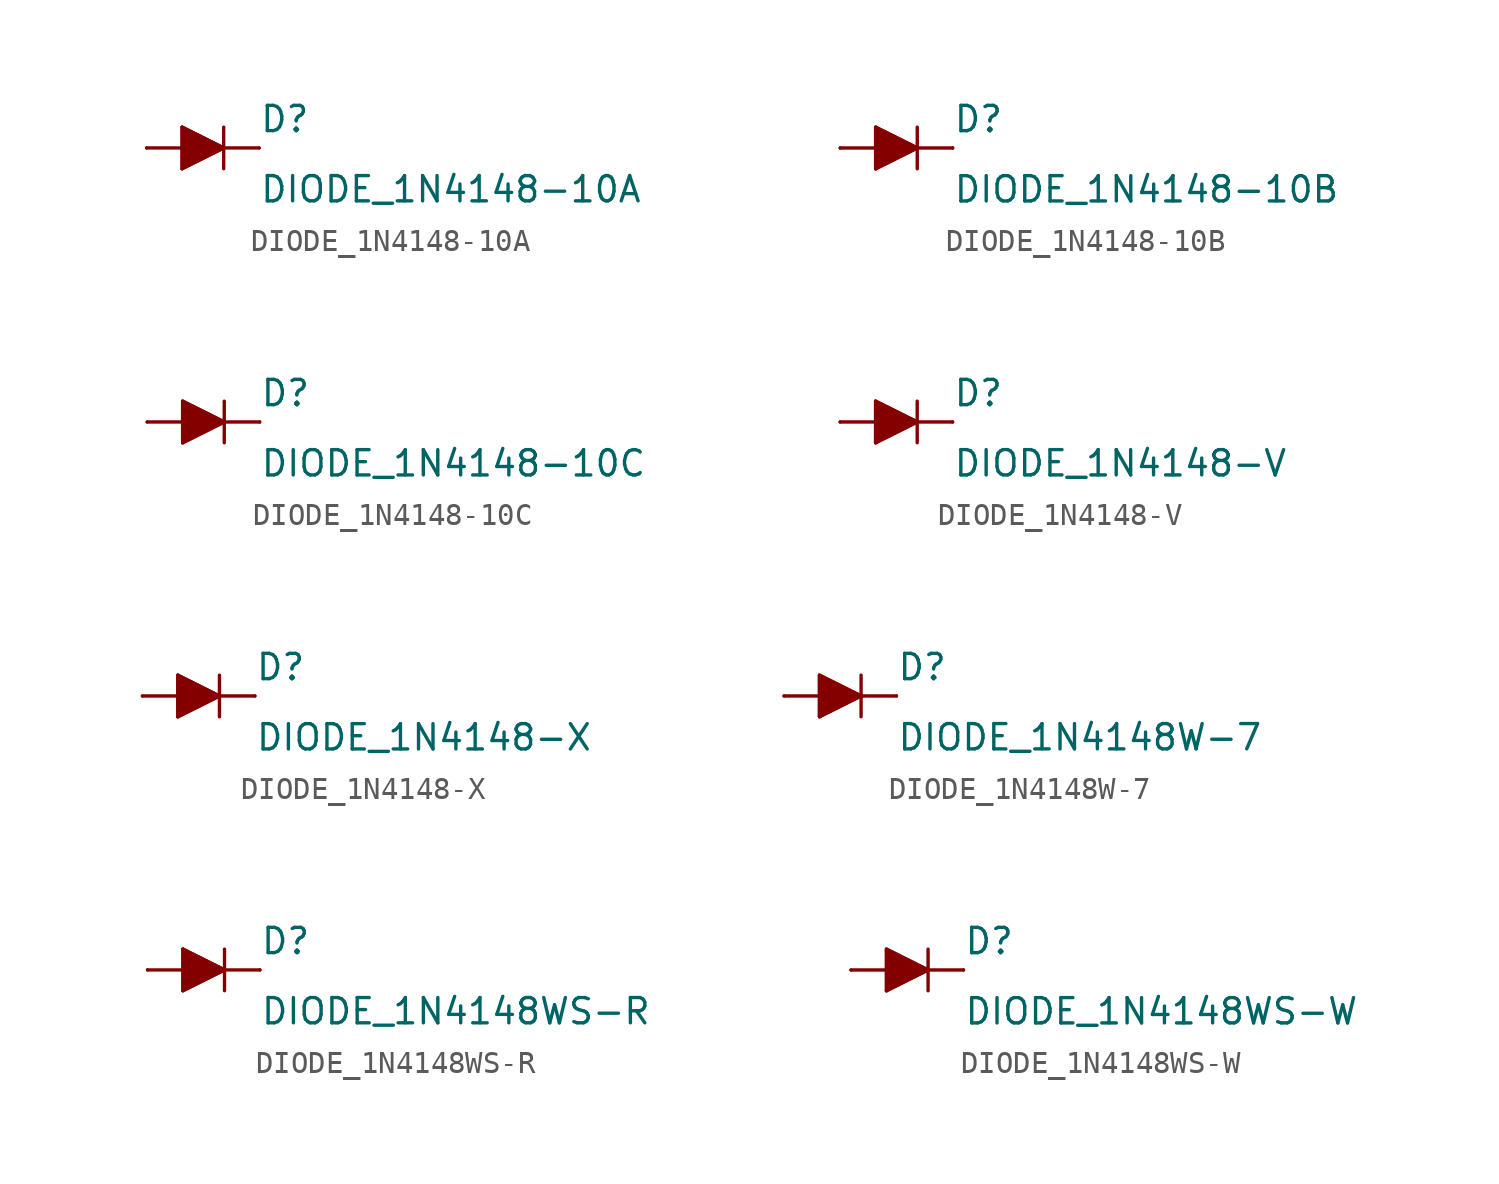
<source format=kicad_sym>
(kicad_symbol_lib
  (version 20210619)
  (generator kicad_symbol_editor)
  (symbol "DIODE_1N4148-10A"
    (pin_numbers hide)
    (pin_names
      (offset 1.016) hide)
    (property "Reference" "D"
      (at 2.54 0.635 0)
      (effects (font (size 1.143 1.143)) (justify left bottom)))
    (property "Value" "DIODE_1N4148-10A"
      (at 2.54 -2.54 0)
      (effects (font (size 1.143 1.143)) (justify left bottom)))
    (property "ki_locked" ""
      (at 0 0 0)
      (effects (font (size 1.27 1.27))))
    (symbol "DIODE_1N4148-10A_1_0"
      (polyline (pts (xy -0.94 -0.94) (xy 0.94 0)) (stroke (width 0)) (fill (type none)))
      (polyline (pts (xy -0.94 0) (xy -2.54 0)) (stroke (width 0)) (fill (type none)))
      (polyline (pts (xy -0.94 0) (xy -0.94 -0.94)) (stroke (width 0)) (fill (type none)))
      (polyline (pts (xy -0.94 0.94) (xy -0.94 0)) (stroke (width 0)) (fill (type none)))
      (polyline (pts (xy 0.94 0) (xy -0.94 0.94)) (stroke (width 0)) (fill (type none)))
      (polyline (pts (xy 0.94 0) (xy 0.94 -0.94)) (stroke (width 0)) (fill (type none)))
      (polyline (pts (xy 0.94 0) (xy 2.54 0)) (stroke (width 0)) (fill (type none)))
      (polyline (pts (xy 0.94 0.94) (xy 0.94 0)) (stroke (width 0)) (fill (type none))))
    (symbol "DIODE_1N4148-10A_1_1"
      (polyline (pts (xy -0.94 0.94) (xy 0.94 0) (xy 0.94 0) (xy -0.94 -0.94) (xy -0.94 -0.94) (xy -0.94 0.94)) (stroke (width 0)) (fill (type outline)))
      (pin passive line (at -2.54 0 0) (length 0) (name "A" (effects (font (size 1.016 1.016)))) (number "A" (effects (font (size 1.016 1.016)))))
      (pin passive line (at 2.54 0 180) (length 0) (name "C" (effects (font (size 1.016 1.016)))) (number "C" (effects (font (size 1.016 1.016)))))))
  (symbol "DIODE_1N4148-10B"
    (pin_numbers hide)
    (pin_names
      (offset 1.016) hide)
    (property "Reference" "D"
      (at 2.54 0.635 0)
      (effects (font (size 1.143 1.143)) (justify left bottom)))
    (property "Value" "DIODE_1N4148-10B"
      (at 2.54 -2.54 0)
      (effects (font (size 1.143 1.143)) (justify left bottom)))
    (property "ki_locked" ""
      (at 0 0 0)
      (effects (font (size 1.27 1.27))))
    (symbol "DIODE_1N4148-10B_1_0"
      (polyline (pts (xy -0.94 -0.94) (xy 0.94 0)) (stroke (width 0)) (fill (type none)))
      (polyline (pts (xy -0.94 0) (xy -2.54 0)) (stroke (width 0)) (fill (type none)))
      (polyline (pts (xy -0.94 0) (xy -0.94 -0.94)) (stroke (width 0)) (fill (type none)))
      (polyline (pts (xy -0.94 0.94) (xy -0.94 0)) (stroke (width 0)) (fill (type none)))
      (polyline (pts (xy 0.94 0) (xy -0.94 0.94)) (stroke (width 0)) (fill (type none)))
      (polyline (pts (xy 0.94 0) (xy 0.94 -0.94)) (stroke (width 0)) (fill (type none)))
      (polyline (pts (xy 0.94 0) (xy 2.54 0)) (stroke (width 0)) (fill (type none)))
      (polyline (pts (xy 0.94 0.94) (xy 0.94 0)) (stroke (width 0)) (fill (type none))))
    (symbol "DIODE_1N4148-10B_1_1"
      (polyline (pts (xy -0.94 0.94) (xy 0.94 0) (xy 0.94 0) (xy -0.94 -0.94) (xy -0.94 -0.94) (xy -0.94 0.94)) (stroke (width 0)) (fill (type outline)))
      (pin passive line (at -2.54 0 0) (length 0) (name "A" (effects (font (size 1.016 1.016)))) (number "A" (effects (font (size 1.016 1.016)))))
      (pin passive line (at 2.54 0 180) (length 0) (name "C" (effects (font (size 1.016 1.016)))) (number "C" (effects (font (size 1.016 1.016)))))))
  (symbol "DIODE_1N4148-10C"
    (pin_numbers hide)
    (pin_names
      (offset 1.016) hide)
    (property "Reference" "D"
      (at 2.54 0.635 0)
      (effects (font (size 1.143 1.143)) (justify left bottom)))
    (property "Value" "DIODE_1N4148-10C"
      (at 2.54 -2.54 0)
      (effects (font (size 1.143 1.143)) (justify left bottom)))
    (property "ki_locked" ""
      (at 0 0 0)
      (effects (font (size 1.27 1.27))))
    (symbol "DIODE_1N4148-10C_1_0"
      (polyline (pts (xy -0.94 -0.94) (xy 0.94 0)) (stroke (width 0)) (fill (type none)))
      (polyline (pts (xy -0.94 0) (xy -2.54 0)) (stroke (width 0)) (fill (type none)))
      (polyline (pts (xy -0.94 0) (xy -0.94 -0.94)) (stroke (width 0)) (fill (type none)))
      (polyline (pts (xy -0.94 0.94) (xy -0.94 0)) (stroke (width 0)) (fill (type none)))
      (polyline (pts (xy 0.94 0) (xy -0.94 0.94)) (stroke (width 0)) (fill (type none)))
      (polyline (pts (xy 0.94 0) (xy 0.94 -0.94)) (stroke (width 0)) (fill (type none)))
      (polyline (pts (xy 0.94 0) (xy 2.54 0)) (stroke (width 0)) (fill (type none)))
      (polyline (pts (xy 0.94 0.94) (xy 0.94 0)) (stroke (width 0)) (fill (type none))))
    (symbol "DIODE_1N4148-10C_1_1"
      (polyline (pts (xy -0.94 0.94) (xy 0.94 0) (xy 0.94 0) (xy -0.94 -0.94) (xy -0.94 -0.94) (xy -0.94 0.94)) (stroke (width 0)) (fill (type outline)))
      (pin passive line (at -2.54 0 0) (length 0) (name "A" (effects (font (size 1.016 1.016)))) (number "A" (effects (font (size 1.016 1.016)))))
      (pin passive line (at 2.54 0 180) (length 0) (name "C" (effects (font (size 1.016 1.016)))) (number "C" (effects (font (size 1.016 1.016)))))))
  (symbol "DIODE_1N4148-V"
    (pin_numbers hide)
    (pin_names
      (offset 1.016) hide)
    (property "Reference" "D"
      (at 2.54 0.635 0)
      (effects (font (size 1.143 1.143)) (justify left bottom)))
    (property "Value" "DIODE_1N4148-V"
      (at 2.54 -2.54 0)
      (effects (font (size 1.143 1.143)) (justify left bottom)))
    (property "ki_locked" ""
      (at 0 0 0)
      (effects (font (size 1.27 1.27))))
    (symbol "DIODE_1N4148-V_1_0"
      (polyline (pts (xy -0.94 -0.94) (xy 0.94 0)) (stroke (width 0)) (fill (type none)))
      (polyline (pts (xy -0.94 0) (xy -2.54 0)) (stroke (width 0)) (fill (type none)))
      (polyline (pts (xy -0.94 0) (xy -0.94 -0.94)) (stroke (width 0)) (fill (type none)))
      (polyline (pts (xy -0.94 0.94) (xy -0.94 0)) (stroke (width 0)) (fill (type none)))
      (polyline (pts (xy 0.94 0) (xy -0.94 0.94)) (stroke (width 0)) (fill (type none)))
      (polyline (pts (xy 0.94 0) (xy 0.94 -0.94)) (stroke (width 0)) (fill (type none)))
      (polyline (pts (xy 0.94 0) (xy 2.54 0)) (stroke (width 0)) (fill (type none)))
      (polyline (pts (xy 0.94 0.94) (xy 0.94 0)) (stroke (width 0)) (fill (type none))))
    (symbol "DIODE_1N4148-V_1_1"
      (polyline (pts (xy -0.94 0.94) (xy 0.94 0) (xy 0.94 0) (xy -0.94 -0.94) (xy -0.94 -0.94) (xy -0.94 0.94)) (stroke (width 0)) (fill (type outline)))
      (pin passive line (at -2.54 0 0) (length 0) (name "A" (effects (font (size 1.016 1.016)))) (number "A" (effects (font (size 1.016 1.016)))))
      (pin passive line (at 2.54 0 180) (length 0) (name "C" (effects (font (size 1.016 1.016)))) (number "C" (effects (font (size 1.016 1.016)))))))
  (symbol "DIODE_1N4148-X"
    (pin_numbers hide)
    (pin_names
      (offset 1.016) hide)
    (property "Reference" "D"
      (at 2.54 0.635 0)
      (effects (font (size 1.143 1.143)) (justify left bottom)))
    (property "Value" "DIODE_1N4148-X"
      (at 2.54 -2.54 0)
      (effects (font (size 1.143 1.143)) (justify left bottom)))
    (property "ki_locked" ""
      (at 0 0 0)
      (effects (font (size 1.27 1.27))))
    (symbol "DIODE_1N4148-X_1_0"
      (polyline (pts (xy -0.94 -0.94) (xy 0.94 0)) (stroke (width 0)) (fill (type none)))
      (polyline (pts (xy -0.94 0) (xy -2.54 0)) (stroke (width 0)) (fill (type none)))
      (polyline (pts (xy -0.94 0) (xy -0.94 -0.94)) (stroke (width 0)) (fill (type none)))
      (polyline (pts (xy -0.94 0.94) (xy -0.94 0)) (stroke (width 0)) (fill (type none)))
      (polyline (pts (xy 0.94 0) (xy -0.94 0.94)) (stroke (width 0)) (fill (type none)))
      (polyline (pts (xy 0.94 0) (xy 0.94 -0.94)) (stroke (width 0)) (fill (type none)))
      (polyline (pts (xy 0.94 0) (xy 2.54 0)) (stroke (width 0)) (fill (type none)))
      (polyline (pts (xy 0.94 0.94) (xy 0.94 0)) (stroke (width 0)) (fill (type none))))
    (symbol "DIODE_1N4148-X_1_1"
      (polyline (pts (xy -0.94 0.94) (xy 0.94 0) (xy 0.94 0) (xy -0.94 -0.94) (xy -0.94 -0.94) (xy -0.94 0.94)) (stroke (width 0)) (fill (type outline)))
      (pin passive line (at -2.54 0 0) (length 0) (name "A" (effects (font (size 1.016 1.016)))) (number "A" (effects (font (size 1.016 1.016)))))
      (pin passive line (at 2.54 0 180) (length 0) (name "C" (effects (font (size 1.016 1.016)))) (number "C" (effects (font (size 1.016 1.016)))))))
  (symbol "DIODE_1N4148W-7"
    (pin_numbers hide)
    (pin_names
      (offset 1.016) hide)
    (property "Reference" "D"
      (at 2.54 0.635 0)
      (effects (font (size 1.143 1.143)) (justify left bottom)))
    (property "Value" "DIODE_1N4148W-7"
      (at 2.54 -2.54 0)
      (effects (font (size 1.143 1.143)) (justify left bottom)))
    (property "ki_locked" ""
      (at 0 0 0)
      (effects (font (size 1.27 1.27))))
    (symbol "DIODE_1N4148W-7_1_0"
      (polyline (pts (xy -0.94 -0.94) (xy 0.94 0)) (stroke (width 0)) (fill (type none)))
      (polyline (pts (xy -0.94 0) (xy -2.54 0)) (stroke (width 0)) (fill (type none)))
      (polyline (pts (xy -0.94 0) (xy -0.94 -0.94)) (stroke (width 0)) (fill (type none)))
      (polyline (pts (xy -0.94 0.94) (xy -0.94 0)) (stroke (width 0)) (fill (type none)))
      (polyline (pts (xy 0.94 0) (xy -0.94 0.94)) (stroke (width 0)) (fill (type none)))
      (polyline (pts (xy 0.94 0) (xy 0.94 -0.94)) (stroke (width 0)) (fill (type none)))
      (polyline (pts (xy 0.94 0) (xy 2.54 0)) (stroke (width 0)) (fill (type none)))
      (polyline (pts (xy 0.94 0.94) (xy 0.94 0)) (stroke (width 0)) (fill (type none))))
    (symbol "DIODE_1N4148W-7_1_1"
      (polyline (pts (xy -0.94 0.94) (xy 0.94 0) (xy 0.94 0) (xy -0.94 -0.94) (xy -0.94 -0.94) (xy -0.94 0.94)) (stroke (width 0)) (fill (type outline)))
      (pin passive line (at -2.54 0 0) (length 0) (name "A" (effects (font (size 1.016 1.016)))) (number "A" (effects (font (size 1.016 1.016)))))
      (pin passive line (at 2.54 0 180) (length 0) (name "C" (effects (font (size 1.016 1.016)))) (number "C" (effects (font (size 1.016 1.016)))))))
  (symbol "DIODE_1N4148WS-R"
    (pin_numbers hide)
    (pin_names
      (offset 1.016) hide)
    (property "Reference" "D"
      (at 2.54 0.635 0)
      (effects (font (size 1.143 1.143)) (justify left bottom)))
    (property "Value" "DIODE_1N4148WS-R"
      (at 2.54 -2.54 0)
      (effects (font (size 1.143 1.143)) (justify left bottom)))
    (property "ki_locked" ""
      (at 0 0 0)
      (effects (font (size 1.27 1.27))))
    (symbol "DIODE_1N4148WS-R_1_0"
      (polyline (pts (xy -0.94 -0.94) (xy 0.94 0)) (stroke (width 0)) (fill (type none)))
      (polyline (pts (xy -0.94 0) (xy -2.54 0)) (stroke (width 0)) (fill (type none)))
      (polyline (pts (xy -0.94 0) (xy -0.94 -0.94)) (stroke (width 0)) (fill (type none)))
      (polyline (pts (xy -0.94 0.94) (xy -0.94 0)) (stroke (width 0)) (fill (type none)))
      (polyline (pts (xy 0.94 0) (xy -0.94 0.94)) (stroke (width 0)) (fill (type none)))
      (polyline (pts (xy 0.94 0) (xy 0.94 -0.94)) (stroke (width 0)) (fill (type none)))
      (polyline (pts (xy 0.94 0) (xy 2.54 0)) (stroke (width 0)) (fill (type none)))
      (polyline (pts (xy 0.94 0.94) (xy 0.94 0)) (stroke (width 0)) (fill (type none))))
    (symbol "DIODE_1N4148WS-R_1_1"
      (polyline (pts (xy -0.94 0.94) (xy 0.94 0) (xy 0.94 0) (xy -0.94 -0.94) (xy -0.94 -0.94) (xy -0.94 0.94)) (stroke (width 0)) (fill (type outline)))
      (pin passive line (at -2.54 0 0) (length 0) (name "A" (effects (font (size 1.016 1.016)))) (number "A" (effects (font (size 1.016 1.016)))))
      (pin passive line (at 2.54 0 180) (length 0) (name "C" (effects (font (size 1.016 1.016)))) (number "C" (effects (font (size 1.016 1.016)))))))
  (symbol "DIODE_1N4148WS-W"
    (pin_numbers hide)
    (pin_names
      (offset 1.016) hide)
    (property "Reference" "D"
      (at 2.54 0.635 0)
      (effects (font (size 1.143 1.143)) (justify left bottom)))
    (property "Value" "DIODE_1N4148WS-W"
      (at 2.54 -2.54 0)
      (effects (font (size 1.143 1.143)) (justify left bottom)))
    (property "ki_locked" ""
      (at 0 0 0)
      (effects (font (size 1.27 1.27))))
    (symbol "DIODE_1N4148WS-W_1_0"
      (polyline (pts (xy -0.94 -0.94) (xy 0.94 0)) (stroke (width 0)) (fill (type none)))
      (polyline (pts (xy -0.94 0) (xy -2.54 0)) (stroke (width 0)) (fill (type none)))
      (polyline (pts (xy -0.94 0) (xy -0.94 -0.94)) (stroke (width 0)) (fill (type none)))
      (polyline (pts (xy -0.94 0.94) (xy -0.94 0)) (stroke (width 0)) (fill (type none)))
      (polyline (pts (xy 0.94 0) (xy -0.94 0.94)) (stroke (width 0)) (fill (type none)))
      (polyline (pts (xy 0.94 0) (xy 0.94 -0.94)) (stroke (width 0)) (fill (type none)))
      (polyline (pts (xy 0.94 0) (xy 2.54 0)) (stroke (width 0)) (fill (type none)))
      (polyline (pts (xy 0.94 0.94) (xy 0.94 0)) (stroke (width 0)) (fill (type none))))
    (symbol "DIODE_1N4148WS-W_1_1"
      (polyline (pts (xy -0.94 0.94) (xy 0.94 0) (xy 0.94 0) (xy -0.94 -0.94) (xy -0.94 -0.94) (xy -0.94 0.94)) (stroke (width 0)) (fill (type outline)))
      (pin passive line (at -2.54 0 0) (length 0) (name "A" (effects (font (size 1.016 1.016)))) (number "A" (effects (font (size 1.016 1.016)))))
      (pin passive line (at 2.54 0 180) (length 0) (name "C" (effects (font (size 1.016 1.016)))) (number "C" (effects (font (size 1.016 1.016))))))))
</source>
